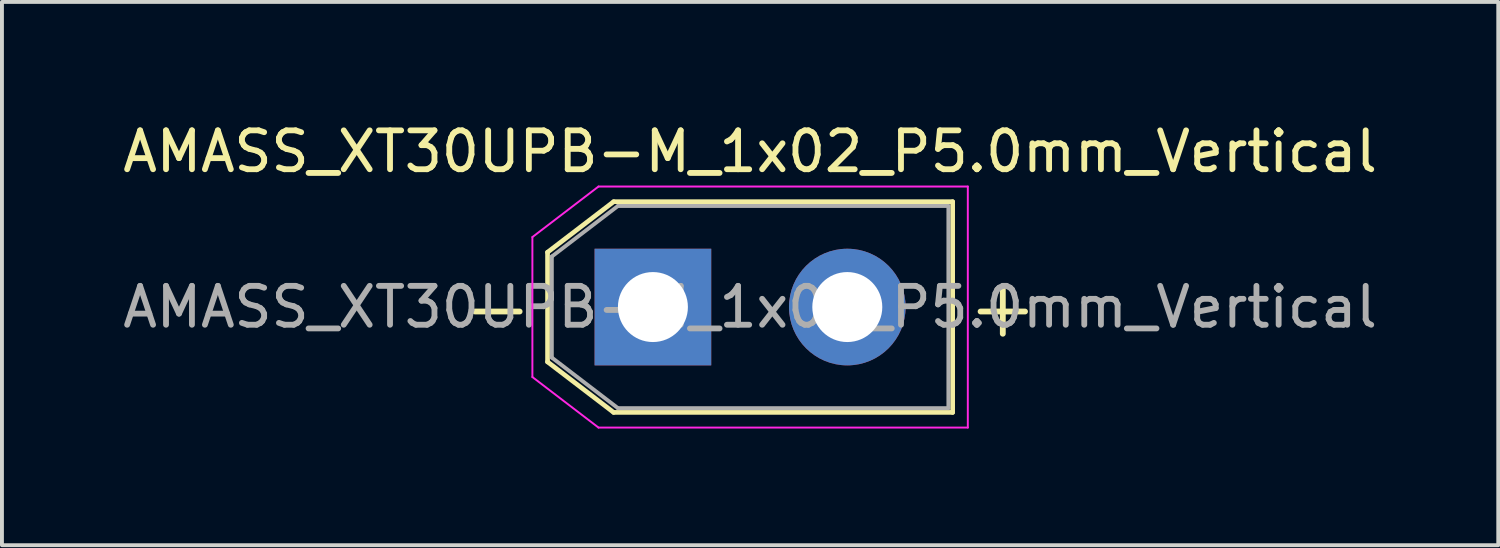
<source format=kicad_pcb>
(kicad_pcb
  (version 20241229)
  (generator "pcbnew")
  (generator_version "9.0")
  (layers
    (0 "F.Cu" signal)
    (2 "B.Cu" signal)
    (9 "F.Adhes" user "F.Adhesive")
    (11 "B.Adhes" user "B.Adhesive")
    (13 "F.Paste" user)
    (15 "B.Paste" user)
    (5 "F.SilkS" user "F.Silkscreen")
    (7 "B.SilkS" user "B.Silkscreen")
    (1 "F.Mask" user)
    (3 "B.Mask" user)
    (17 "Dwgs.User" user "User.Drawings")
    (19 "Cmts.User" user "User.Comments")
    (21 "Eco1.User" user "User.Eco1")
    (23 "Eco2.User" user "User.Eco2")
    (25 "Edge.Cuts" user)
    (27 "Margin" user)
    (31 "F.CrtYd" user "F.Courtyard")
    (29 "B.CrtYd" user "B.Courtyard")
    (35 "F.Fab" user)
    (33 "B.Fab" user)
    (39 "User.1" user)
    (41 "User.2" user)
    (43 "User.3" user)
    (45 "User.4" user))
  (footprint "AMASS_XT30UPB-M_1x02_P5.0mm_Vertical"
    (layer "F.Cu")
    (at 13.744 4.848)
    (property "Reference" "AMASS_XT30UPB-M_1x02_P5.0mm_Vertical" (at 2.5 -4 0) (layer "F.SilkS") (effects (font (size 1 1) (thickness 0.15))))
    (attr through_hole)
    (fp_line (start -2.71 -1.41) (end -2.71 1.41) (stroke (width 0.12) (type solid)) (layer "F.SilkS"))
    (fp_line (start -2.71 -1.41) (end -1.01 -2.71) (stroke (width 0.12) (type solid)) (layer "F.SilkS"))
    (fp_line (start -2.71 1.41) (end -1.01 2.71) (stroke (width 0.12) (type solid)) (layer "F.SilkS"))
    (fp_line (start -1.01 -2.71) (end 7.71 -2.71) (stroke (width 0.12) (type solid)) (layer "F.SilkS"))
    (fp_line (start -1.01 2.71) (end 7.71 2.71) (stroke (width 0.12) (type solid)) (layer "F.SilkS"))
    (fp_line (start 7.71 -2.71) (end 7.71 2.71) (stroke (width 0.12) (type solid)) (layer "F.SilkS"))
    (fp_line (start -3.1 -1.8) (end -3.1 1.8) (stroke (width 0.05) (type solid)) (layer "F.CrtYd"))
    (fp_line (start -3.1 -1.8) (end -1.4 -3.1) (stroke (width 0.05) (type solid)) (layer "F.CrtYd"))
    (fp_line (start -3.1 1.8) (end -1.4 3.1) (stroke (width 0.05) (type solid)) (layer "F.CrtYd"))
    (fp_line (start -1.4 -3.1) (end 8.1 -3.1) (stroke (width 0.05) (type solid)) (layer "F.CrtYd"))
    (fp_line (start -1.4 3.1) (end 8.1 3.1) (stroke (width 0.05) (type solid)) (layer "F.CrtYd"))
    (fp_line (start 8.1 -3.1) (end 8.1 3.1) (stroke (width 0.05) (type solid)) (layer "F.CrtYd"))
    (fp_line (start -2.6 -1.3) (end -2.6 1.3) (stroke (width 0.1) (type solid)) (layer "F.Fab"))
    (fp_line (start -2.6 -1.3) (end -0.9 -2.6) (stroke (width 0.1) (type solid)) (layer "F.Fab"))
    (fp_line (start -2.6 1.3) (end -0.9 2.6) (stroke (width 0.1) (type solid)) (layer "F.Fab"))
    (fp_line (start -0.9 -2.6) (end 7.6 -2.6) (stroke (width 0.1) (type solid)) (layer "F.Fab"))
    (fp_line (start -0.9 2.6) (end 7.6 2.6) (stroke (width 0.1) (type solid)) (layer "F.Fab"))
    (fp_line (start 7.6 -2.6) (end 7.6 2.6) (stroke (width 0.1) (type solid)) (layer "F.Fab"))
    (fp_text user "+" (at 9 0 0) (layer "F.SilkS") (effects (font (size 1.5 1.5) (thickness 0.15))))
    (fp_text user "-" (at -4 0 0) (layer "F.SilkS") (effects (font (size 1.5 1.5) (thickness 0.15))))
    (fp_text user "${REFERENCE}" (at 2.5 0 0) (layer "F.Fab") (effects (font (size 1 1) (thickness 0.15))))
    (pad "1" thru_hole rect (at 0 0) (size 3 3) (drill 1.8) (layers "*.Cu" "*.Mask"))
    (pad "2" thru_hole circle (at 5 0) (size 3 3) (drill 1.8) (layers "*.Cu" "*.Mask")))
  (gr_rect
    (start -3 -3)
    (end 35.488 10.973)
    (stroke (width 0.1) (type default))
    (fill no)
    (layer "Edge.Cuts")))
</source>
